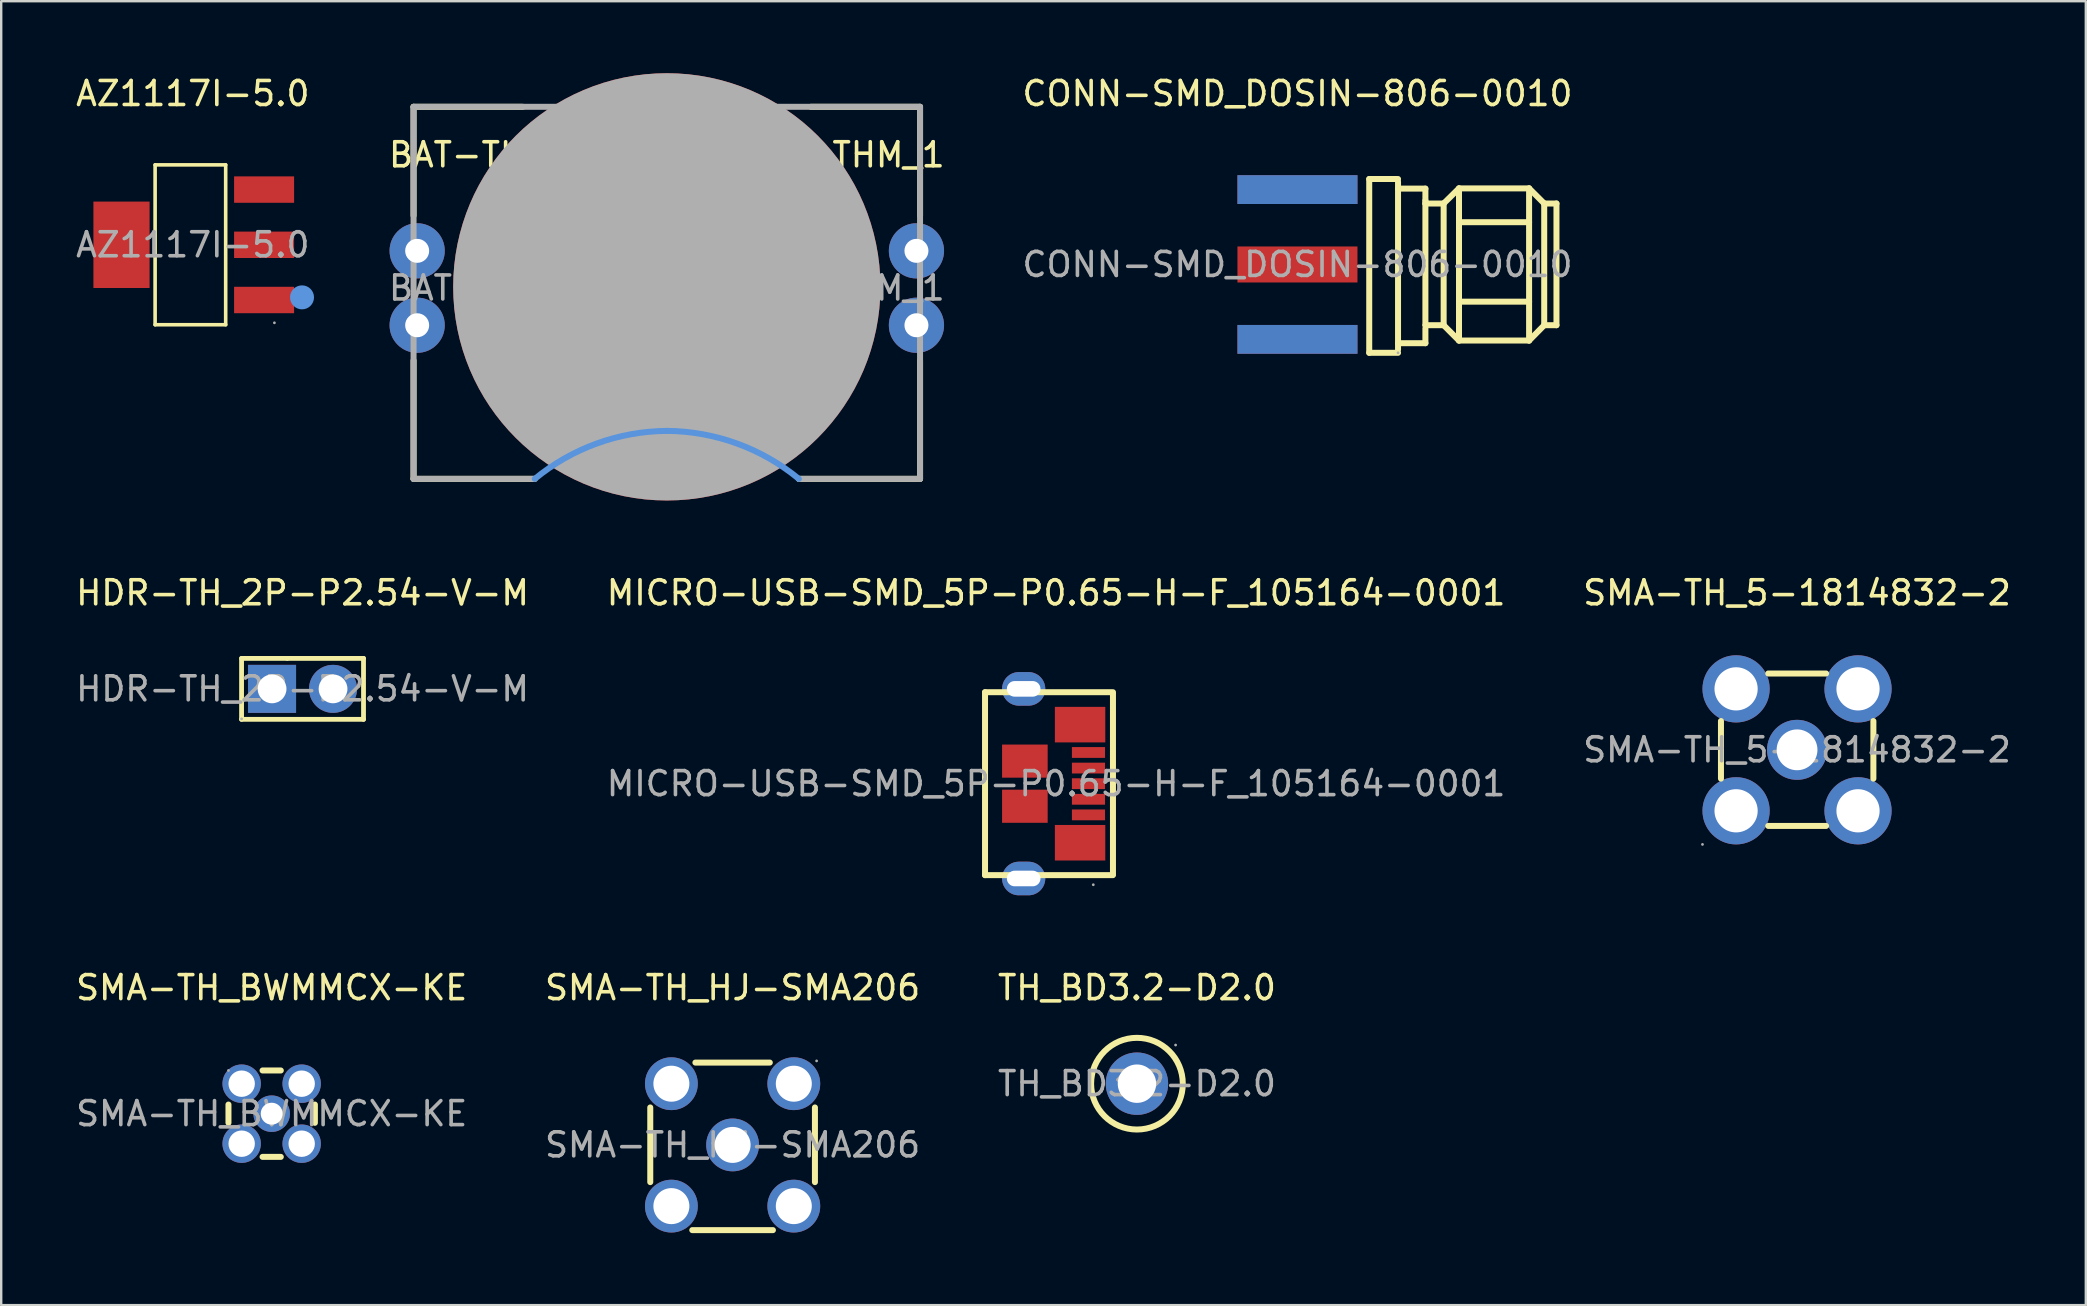
<source format=kicad_pcb>
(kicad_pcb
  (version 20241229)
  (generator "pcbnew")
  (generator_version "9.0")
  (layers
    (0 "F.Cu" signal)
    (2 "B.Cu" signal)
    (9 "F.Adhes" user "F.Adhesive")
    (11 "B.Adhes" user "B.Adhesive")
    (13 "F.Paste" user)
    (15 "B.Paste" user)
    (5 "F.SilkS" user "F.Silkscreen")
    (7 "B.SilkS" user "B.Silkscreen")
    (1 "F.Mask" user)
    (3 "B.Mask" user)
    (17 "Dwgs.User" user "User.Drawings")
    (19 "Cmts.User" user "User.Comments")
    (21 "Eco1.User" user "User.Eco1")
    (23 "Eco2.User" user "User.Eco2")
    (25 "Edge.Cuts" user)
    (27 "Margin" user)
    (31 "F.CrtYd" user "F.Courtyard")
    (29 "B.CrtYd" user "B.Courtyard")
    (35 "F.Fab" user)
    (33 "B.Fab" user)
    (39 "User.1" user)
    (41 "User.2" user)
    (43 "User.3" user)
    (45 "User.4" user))
  (footprint "SMA-TH_HJ-SMA206"
    (layer "F.Cu")
    (at 27.47 44.647)
    (property "Reference" "SMA-TH_HJ-SMA206" (at 0 -6.55 0) (layer "F.SilkS") (effects (font (size 1 1) (thickness 0.15))))
    (attr through_hole)
    (fp_line (start -3.43 -1.56) (end -3.43 1.55) (stroke (width 0.25) (type solid)) (layer "F.SilkS"))
    (fp_line (start -1.68 3.55) (end 1.68 3.55) (stroke (width 0.25) (type solid)) (layer "F.SilkS"))
    (fp_line (start 1.55 -3.43) (end -1.55 -3.43) (stroke (width 0.25) (type solid)) (layer "F.SilkS"))
    (fp_line (start 3.43 1.55) (end 3.43 -1.56) (stroke (width 0.25) (type solid)) (layer "F.SilkS"))
    (fp_circle (center 0 0) (end 0.31 0) (stroke (width 0.62) (type solid)) (fill no) (layer "F.Fab"))
    (fp_circle (center 3.5 -3.5) (end 3.53 -3.5) (stroke (width 0.06) (type solid)) (fill no) (layer "F.Fab"))
    (fp_text user "${REFERENCE}" (at 0 0 0) (layer "F.Fab") (effects (font (size 1 1) (thickness 0.15))))
    (pad "1" thru_hole circle (at 0 0) (size 2.2 2.2) (drill 1.5) (layers "*.Cu" "*.Mask"))
    (pad "2" thru_hole circle (at -2.55 -2.55) (size 2.2 2.2) (drill 1.5) (layers "*.Cu" "*.Mask"))
    (pad "3" thru_hole circle (at -2.55 2.55) (size 2.2 2.2) (drill 1.5) (layers "*.Cu" "*.Mask"))
    (pad "4" thru_hole circle (at 2.55 2.55) (size 2.2 2.2) (drill 1.5) (layers "*.Cu" "*.Mask"))
    (pad "5" thru_hole circle (at 2.55 -2.55) (size 2.2 2.2) (drill 1.5) (layers "*.Cu" "*.Mask")))
  (footprint "CONN-SMD_DOSIN-806-0010"
    (layer "F.Cu")
    (at 51.002 7.968)
    (property "Reference" "CONN-SMD_DOSIN-806-0010" (at 0 -7.12 0) (layer "F.SilkS") (effects (font (size 1 1) (thickness 0.15))))
    (attr smd)
    (fp_line (start 2.99 -3.56) (end 2.99 3.68) (stroke (width 0.25) (type solid)) (layer "F.SilkS"))
    (fp_line (start 4.19 -3.56) (end 2.99 -3.56) (stroke (width 0.25) (type solid)) (layer "F.SilkS"))
    (fp_line (start 4.19 -3.16) (end 5.33 -3.16) (stroke (width 0.25) (type solid)) (layer "F.SilkS"))
    (fp_line (start 4.19 3.28) (end 5.33 3.28) (stroke (width 0.25) (type solid)) (layer "F.SilkS"))
    (fp_line (start 4.19 3.55) (end 4.19 -3.45) (stroke (width 0.25) (type solid)) (layer "F.SilkS"))
    (fp_line (start 4.19 3.68) (end 2.99 3.68) (stroke (width 0.25) (type solid)) (layer "F.SilkS"))
    (fp_line (start 5.33 -3.16) (end 5.33 -2.66) (stroke (width 0.25) (type solid)) (layer "F.SilkS"))
    (fp_line (start 5.33 -2.66) (end 5.33 -2.54) (stroke (width 0.25) (type solid)) (layer "F.SilkS"))
    (fp_line (start 5.33 -2.54) (end 5.33 2.53) (stroke (width 0.25) (type solid)) (layer "F.SilkS"))
    (fp_line (start 5.33 -2.54) (end 6.09 -2.54) (stroke (width 0.25) (type solid)) (layer "F.SilkS"))
    (fp_line (start 5.33 3.28) (end 5.33 2.66) (stroke (width 0.25) (type solid)) (layer "F.SilkS"))
    (fp_line (start 6.09 -2.54) (end 6.09 2.53) (stroke (width 0.25) (type solid)) (layer "F.SilkS"))
    (fp_line (start 6.09 -2.54) (end 6.73 -3.17) (stroke (width 0.25) (type solid)) (layer "F.SilkS"))
    (fp_line (start 6.09 2.53) (end 5.33 2.53) (stroke (width 0.25) (type solid)) (layer "F.SilkS"))
    (fp_line (start 6.73 -3.17) (end 6.73 3.17) (stroke (width 0.25) (type solid)) (layer "F.SilkS"))
    (fp_line (start 6.73 -3.17) (end 9.65 -3.17) (stroke (width 0.25) (type solid)) (layer "F.SilkS"))
    (fp_line (start 6.73 -1.76) (end 9.65 -1.76) (stroke (width 0.25) (type solid)) (layer "F.SilkS"))
    (fp_line (start 6.73 1.55) (end 9.65 1.55) (stroke (width 0.25) (type solid)) (layer "F.SilkS"))
    (fp_line (start 6.73 3.17) (end 6.09 2.53) (stroke (width 0.25) (type solid)) (layer "F.SilkS"))
    (fp_line (start 9.65 -3.17) (end 9.65 3.17) (stroke (width 0.25) (type solid)) (layer "F.SilkS"))
    (fp_line (start 9.65 -3.17) (end 10.28 -2.54) (stroke (width 0.25) (type solid)) (layer "F.SilkS"))
    (fp_line (start 9.65 3.17) (end 6.73 3.17) (stroke (width 0.25) (type solid)) (layer "F.SilkS"))
    (fp_line (start 10.28 -2.54) (end 10.28 2.53) (stroke (width 0.25) (type solid)) (layer "F.SilkS"))
    (fp_line (start 10.28 -2.54) (end 10.79 -2.54) (stroke (width 0.25) (type solid)) (layer "F.SilkS"))
    (fp_line (start 10.28 2.53) (end 9.65 3.17) (stroke (width 0.25) (type solid)) (layer "F.SilkS"))
    (fp_line (start 10.79 -2.54) (end 10.79 2.53) (stroke (width 0.25) (type solid)) (layer "F.SilkS"))
    (fp_line (start 10.79 2.53) (end 10.28 2.53) (stroke (width 0.25) (type solid)) (layer "F.SilkS"))
    (fp_circle (center 4.19 3.68) (end 4.22 3.68) (stroke (width 0.06) (type solid)) (fill no) (layer "F.Fab"))
    (fp_text user "${REFERENCE}" (at 0 0 0) (layer "F.Fab") (effects (font (size 1 1) (thickness 0.15))))
    (pad "1" smd rect (at 0 3.12) (size 5 1.2) (layers "F.Cu" "F.Mask" "F.Paste"))
    (pad "2" smd rect (at 0 -3.12) (size 5 1.2) (layers "F.Cu" "F.Mask" "F.Paste"))
    (pad "3" smd rect (at 0 -3.12) (size 5 1.2) (layers "B.Cu" "B.Mask" "B.Paste"))
    (pad "4" smd rect (at 0 3.12) (size 5 1.2) (layers "B.Cu" "B.Mask" "B.Paste"))
    (pad "5" smd rect (at 0 0) (size 5 1.5) (layers "F.Cu" "F.Mask" "F.Paste")))
  (footprint "TH_BD3.2-D2.0"
    (layer "F.Cu")
    (at 44.315 42.096)
    (property "Reference" "TH_BD3.2-D2.0" (at 0 -4 0) (layer "F.SilkS") (effects (font (size 1 1) (thickness 0.15))))
    (attr smd)
    (fp_circle (center 0 0) (end 1.91 0) (stroke (width 0.25) (type solid)) (fill no) (layer "F.SilkS"))
    (fp_circle (center 1.61 -1.61) (end 1.64 -1.61) (stroke (width 0.06) (type solid)) (fill no) (layer "F.Fab"))
    (fp_text user "${REFERENCE}" (at 0 0 0) (layer "F.Fab") (effects (font (size 1 1) (thickness 0.15))))
    (pad "1" thru_hole circle (at 0 0) (size 2.6 2.6) (drill 1.6) (layers "*.Cu" "*.Mask")))
  (footprint "BAT-TH_BAT-HLD-001-THM_1"
    (layer "F.Cu")
    (at 24.729 8.95)
    (property "Reference" "BAT-TH_BAT-HLD-001-THM_1" (at 0 -5.55 0) (layer "F.SilkS") (effects (font (size 1 1) (thickness 0.15))))
    (attr through_hole)
    (fp_line (start -10.55 -7.55) (end -6 -7.55) (stroke (width 0.25) (type solid)) (layer "F.SilkS"))
    (fp_line (start -10.55 -3.02) (end -10.55 -7.55) (stroke (width 0.25) (type solid)) (layer "F.SilkS"))
    (fp_line (start -10.55 3.02) (end -10.55 7.95) (stroke (width 0.25) (type solid)) (layer "F.SilkS"))
    (fp_line (start -10.55 7.95) (end -5.5 7.95) (stroke (width 0.25) (type solid)) (layer "F.SilkS"))
    (fp_line (start 5.5 7.95) (end 10.55 7.95) (stroke (width 0.25) (type solid)) (layer "F.SilkS"))
    (fp_line (start 6 -7.55) (end 10.55 -7.55) (stroke (width 0.25) (type solid)) (layer "F.SilkS"))
    (fp_line (start 10.55 -7.55) (end 10.55 -3.02) (stroke (width 0.25) (type solid)) (layer "F.SilkS"))
    (fp_line (start 10.55 7.95) (end 10.55 3.02) (stroke (width 0.25) (type solid)) (layer "F.SilkS"))
    (fp_arc (start -5.5 7.95) (mid -2.921824 6.477656) (end 0.000089 5.951141) (stroke (width 0.25) (type solid)) (layer "Cmts.User"))
    (fp_arc (start 0 5.95) (mid 2.922289 6.47661) (end 5.500788 7.94917) (stroke (width 0.25) (type solid)) (layer "Cmts.User"))
    (fp_line (start -10.55 -7.55) (end 10.55 -7.55) (stroke (width 0.25) (type solid)) (layer "F.Fab"))
    (fp_line (start -10.55 7.95) (end -10.55 -7.55) (stroke (width 0.25) (type solid)) (layer "F.Fab"))
    (fp_line (start -5.5 7.95) (end -10.55 7.95) (stroke (width 0.25) (type solid)) (layer "F.Fab"))
    (fp_line (start 10.55 -7.55) (end 10.55 7.95) (stroke (width 0.25) (type solid)) (layer "F.Fab"))
    (fp_line (start 10.55 7.95) (end 5.5 7.95) (stroke (width 0.25) (type solid)) (layer "F.Fab"))
    (fp_circle (center 0 -0.05) (end 4.45 -0.05) (stroke (width 8.9) (type solid)) (fill no) (layer "F.Fab"))
    (fp_circle (center 10.55 -7.55) (end 10.58 -7.55) (stroke (width 0.06) (type solid)) (fill no) (layer "F.Fab"))
    (fp_text user "${REFERENCE}" (at 0 0 0) (layer "F.Fab") (effects (font (size 1 1) (thickness 0.15))))
    (pad "1" thru_hole circle (at -10.4 -1.55) (size 2.3 2.3) (drill 1) (layers "*.Cu" "*.Mask"))
    (pad "1" thru_hole circle (at -10.4 1.55) (size 2.3 2.3) (drill 1) (layers "*.Cu" "*.Mask"))
    (pad "1" thru_hole circle (at 10.4 -1.55) (size 2.3 2.3) (drill 1) (layers "*.Cu" "*.Mask"))
    (pad "1" thru_hole circle (at 10.4 1.55) (size 2.3 2.3) (drill 1) (layers "*.Cu" "*.Mask"))
    (pad "2" smd circle (at 0 -0.05) (size 17.8 17.8) (layers "F.Cu" "F.Mask" "F.Paste")))
  (footprint "SMA-TH_BWMMCX-KE"
    (layer "F.Cu")
    (at 8.268 43.346)
    (property "Reference" "SMA-TH_BWMMCX-KE" (at 0 -5.25 0) (layer "F.SilkS") (effects (font (size 1 1) (thickness 0.15))))
    (attr through_hole)
    (fp_line (start -1.8 0.38) (end -1.8 -0.38) (stroke (width 0.25) (type solid)) (layer "F.SilkS"))
    (fp_line (start -0.38 -1.8) (end 0.38 -1.8) (stroke (width 0.25) (type solid)) (layer "F.SilkS"))
    (fp_line (start 0.38 1.8) (end -0.38 1.8) (stroke (width 0.25) (type solid)) (layer "F.SilkS"))
    (fp_line (start 1.8 -0.38) (end 1.8 0.38) (stroke (width 0.25) (type solid)) (layer "F.SilkS"))
    (fp_circle (center -1.8 -1.8) (end -1.77 -1.8) (stroke (width 0.06) (type solid)) (fill no) (layer "F.Fab"))
    (fp_circle (center 0 0) (end 0.18 0) (stroke (width 0.35) (type solid)) (fill no) (layer "F.Fab"))
    (fp_text user "${REFERENCE}" (at 0 0 0) (layer "F.Fab") (effects (font (size 1 1) (thickness 0.15))))
    (pad "1" thru_hole circle (at -1.25 -1.25) (size 1.6 1.6) (drill 1.1) (layers "*.Cu" "*.Mask"))
    (pad "2" thru_hole circle (at -1.25 1.25) (size 1.6 1.6) (drill 1.1) (layers "*.Cu" "*.Mask"))
    (pad "3" thru_hole circle (at 1.25 1.25) (size 1.6 1.6) (drill 1.1) (layers "*.Cu" "*.Mask"))
    (pad "4" thru_hole circle (at 1.25 -1.25) (size 1.6 1.6) (drill 1.1) (layers "*.Cu" "*.Mask"))
    (pad "5" thru_hole circle (at 0 0) (size 1.52 1.52) (drill 0.914) (layers "*.Cu" "*.Mask")))
  (footprint "HDR-TH_2P-P2.54-V-M"
    (layer "F.Cu")
    (at 9.554 25.648)
    (property "Reference" "HDR-TH_2P-P2.54-V-M" (at 0 -4 0) (layer "F.SilkS") (effects (font (size 1 1) (thickness 0.15))))
    (attr through_hole)
    (fp_line (start -2.54 -1.27) (end -0.64 -1.27) (stroke (width 0.2) (type solid)) (layer "F.SilkS"))
    (fp_line (start -2.54 1.27) (end -2.54 -1.27) (stroke (width 0.2) (type solid)) (layer "F.SilkS"))
    (fp_line (start 2.54 -1.27) (end -0.64 -1.27) (stroke (width 0.2) (type solid)) (layer "F.SilkS"))
    (fp_line (start 2.54 -1.27) (end 2.54 1.27) (stroke (width 0.2) (type solid)) (layer "F.SilkS"))
    (fp_line (start 2.54 1.27) (end -2.54 1.27) (stroke (width 0.2) (type solid)) (layer "F.SilkS"))
    (fp_circle (center -2.54 1.25) (end -2.51 1.25) (stroke (width 0.06) (type solid)) (fill no) (layer "F.Fab"))
    (fp_text user "${REFERENCE}" (at 0 0 0) (layer "F.Fab") (effects (font (size 1 1) (thickness 0.15))))
    (pad "1" thru_hole rect (at -1.27 0) (size 2 2) (drill 1.2) (layers "*.Cu" "*.Mask"))
    (pad "2" thru_hole circle (at 1.27 0) (size 2 2) (drill 1.2) (layers "*.Cu" "*.Mask")))
  (footprint "AZ1117I-5.0"
    (layer "F.Cu")
    (at 4.982 7.148)
    (property "Reference" "AZ1117I-5.0" (at 0 -6.3 0) (layer "F.SilkS") (effects (font (size 1 1) (thickness 0.15))))
    (attr smd)
    (fp_line (start -1.57 -3.33) (end 1.37 -3.33) (stroke (width 0.15) (type solid)) (layer "F.SilkS"))
    (fp_line (start -1.57 3.33) (end -1.57 -3.33) (stroke (width 0.15) (type solid)) (layer "F.SilkS"))
    (fp_line (start 1.37 -3.33) (end 1.37 3.33) (stroke (width 0.15) (type solid)) (layer "F.SilkS"))
    (fp_line (start 1.37 3.33) (end -1.57 3.33) (stroke (width 0.15) (type solid)) (layer "F.SilkS"))
    (fp_circle (center 4.55 2.19) (end 4.8 2.19) (stroke (width 0.5) (type solid)) (fill no) (layer "Cmts.User"))
    (fp_circle (center 3.4 3.25) (end 3.43 3.25) (stroke (width 0.06) (type solid)) (fill no) (layer "F.Fab"))
    (fp_text user "${REFERENCE}" (at 0 0 0) (layer "F.Fab") (effects (font (size 1 1) (thickness 0.15))))
    (pad "1" smd rect (at 2.97 2.3) (size 2.5 1.1) (layers "F.Cu" "F.Mask" "F.Paste"))
    (pad "2" smd rect (at 2.97 0) (size 2.5 1.1) (layers "F.Cu" "F.Mask" "F.Paste"))
    (pad "3" smd rect (at 2.97 -2.3) (size 2.5 1.1) (layers "F.Cu" "F.Mask" "F.Paste"))
    (pad "4" smd rect (at -2.97 0) (size 2.34 3.6) (layers "F.Cu" "F.Mask" "F.Paste")))
  (footprint "SMA-TH_5-1814832-2"
    (layer "F.Cu")
    (at 71.815 28.188)
    (property "Reference" "SMA-TH_5-1814832-2" (at 0 -6.54 0) (layer "F.SilkS") (effects (font (size 1 1) (thickness 0.15))))
    (attr through_hole)
    (fp_line (start -3.17 -1.2) (end -3.17 1.2) (stroke (width 0.25) (type solid)) (layer "F.SilkS"))
    (fp_line (start -1.2 3.17) (end 1.21 3.17) (stroke (width 0.25) (type solid)) (layer "F.SilkS"))
    (fp_line (start 1.21 -3.18) (end -1.2 -3.18) (stroke (width 0.25) (type solid)) (layer "F.SilkS"))
    (fp_line (start 3.18 1.2) (end 3.18 -1.2) (stroke (width 0.25) (type solid)) (layer "F.SilkS"))
    (fp_circle (center -3.94 3.94) (end -3.91 3.94) (stroke (width 0.06) (type solid)) (fill no) (layer "F.Fab"))
    (fp_circle (center -2.54 -2.54) (end -2.14 -2.54) (stroke (width 0.8) (type solid)) (fill no) (layer "F.Fab"))
    (fp_circle (center -2.54 2.54) (end -2.14 2.54) (stroke (width 0.8) (type solid)) (fill no) (layer "F.Fab"))
    (fp_circle (center 0 0) (end 0.38 0) (stroke (width 0.75) (type solid)) (fill no) (layer "F.Fab"))
    (fp_circle (center 2.54 -2.54) (end 2.94 -2.54) (stroke (width 0.8) (type solid)) (fill no) (layer "F.Fab"))
    (fp_circle (center 2.54 2.54) (end 2.94 2.54) (stroke (width 0.8) (type solid)) (fill no) (layer "F.Fab"))
    (fp_text user "${REFERENCE}" (at 0 0 0) (layer "F.Fab") (effects (font (size 1 1) (thickness 0.15))))
    (pad "1" thru_hole circle (at -2.54 2.54) (size 2.8 2.8) (drill 1.8) (layers "*.Cu" "*.Mask"))
    (pad "2" thru_hole circle (at -2.54 -2.54) (size 2.8 2.8) (drill 1.8) (layers "*.Cu" "*.Mask"))
    (pad "3" thru_hole circle (at 2.54 -2.54) (size 2.8 2.8) (drill 1.8) (layers "*.Cu" "*.Mask"))
    (pad "4" thru_hole circle (at 2.54 2.54) (size 2.8 2.8) (drill 1.8) (layers "*.Cu" "*.Mask"))
    (pad "5" thru_hole circle (at 0 0) (size 2.5 2.5) (drill 1.7) (layers "*.Cu" "*.Mask")))
  (footprint "MICRO-USB-SMD_5P-P0.65-H-F_105164-0001"
    (layer "F.Cu")
    (at 40.946 29.598)
    (property "Reference" "MICRO-USB-SMD_5P-P0.65-H-F_105164-0001" (at 0 -7.95 0) (layer "F.SilkS") (effects (font (size 1 1) (thickness 0.15))))
    (attr smd)
    (fp_line (start -2.96 -3.81) (end -2.96 3.81) (stroke (width 0.25) (type solid)) (layer "F.SilkS"))
    (fp_line (start -2.96 3.81) (end 2.37 3.81) (stroke (width 0.25) (type solid)) (layer "F.SilkS"))
    (fp_line (start 2.37 -3.81) (end -2.96 -3.81) (stroke (width 0.25) (type solid)) (layer "F.SilkS"))
    (fp_line (start 2.37 3.75) (end 2.37 -3.75) (stroke (width 0.25) (type solid)) (layer "F.SilkS"))
    (fp_circle (center 1.55 4.21) (end 1.58 4.21) (stroke (width 0.06) (type solid)) (fill no) (layer "F.Fab"))
    (fp_text user "${REFERENCE}" (at 0 0 0) (layer "F.Fab") (effects (font (size 1 1) (thickness 0.15))))
    (pad "1" smd rect (at 1.35 1.3) (size 1.38 0.45) (layers "F.Cu" "F.Mask" "F.Paste"))
    (pad "2" smd rect (at 1.35 0.65) (size 1.38 0.45) (layers "F.Cu" "F.Mask" "F.Paste"))
    (pad "3" smd rect (at 1.35 0) (size 1.38 0.45) (layers "F.Cu" "F.Mask" "F.Paste"))
    (pad "4" smd rect (at 1.35 -0.65) (size 1.38 0.45) (layers "F.Cu" "F.Mask" "F.Paste"))
    (pad "5" smd rect (at 1.35 -1.3) (size 1.38 0.45) (layers "F.Cu" "F.Mask" "F.Paste"))
    (pad "6" thru_hole oval (at -1.35 -3.95) (size 1.8 1.4) (drill oval 1.4 0.65) (layers "*.Cu" "*.Mask"))
    (pad "6" thru_hole oval (at -1.35 3.95) (size 1.8 1.4) (drill oval 1.4 0.65) (layers "*.Cu" "*.Mask"))
    (pad "6" smd rect (at -1.3 -0.94) (size 1.9 1.38) (layers "F.Cu" "F.Mask" "F.Paste"))
    (pad "6" smd rect (at -1.3 0.94) (size 1.9 1.38) (layers "F.Cu" "F.Mask" "F.Paste"))
    (pad "6" smd rect (at 1 -2.46) (size 2.1 1.48) (layers "F.Cu" "F.Mask" "F.Paste"))
    (pad "6" smd rect (at 1 2.46) (size 2.1 1.48) (layers "F.Cu" "F.Mask" "F.Paste")))
  (gr_rect
    (start -3 -3)
    (end 83.845 51.322)
    (stroke (width 0.1) (type default))
    (fill no)
    (layer "Edge.Cuts")))
</source>
